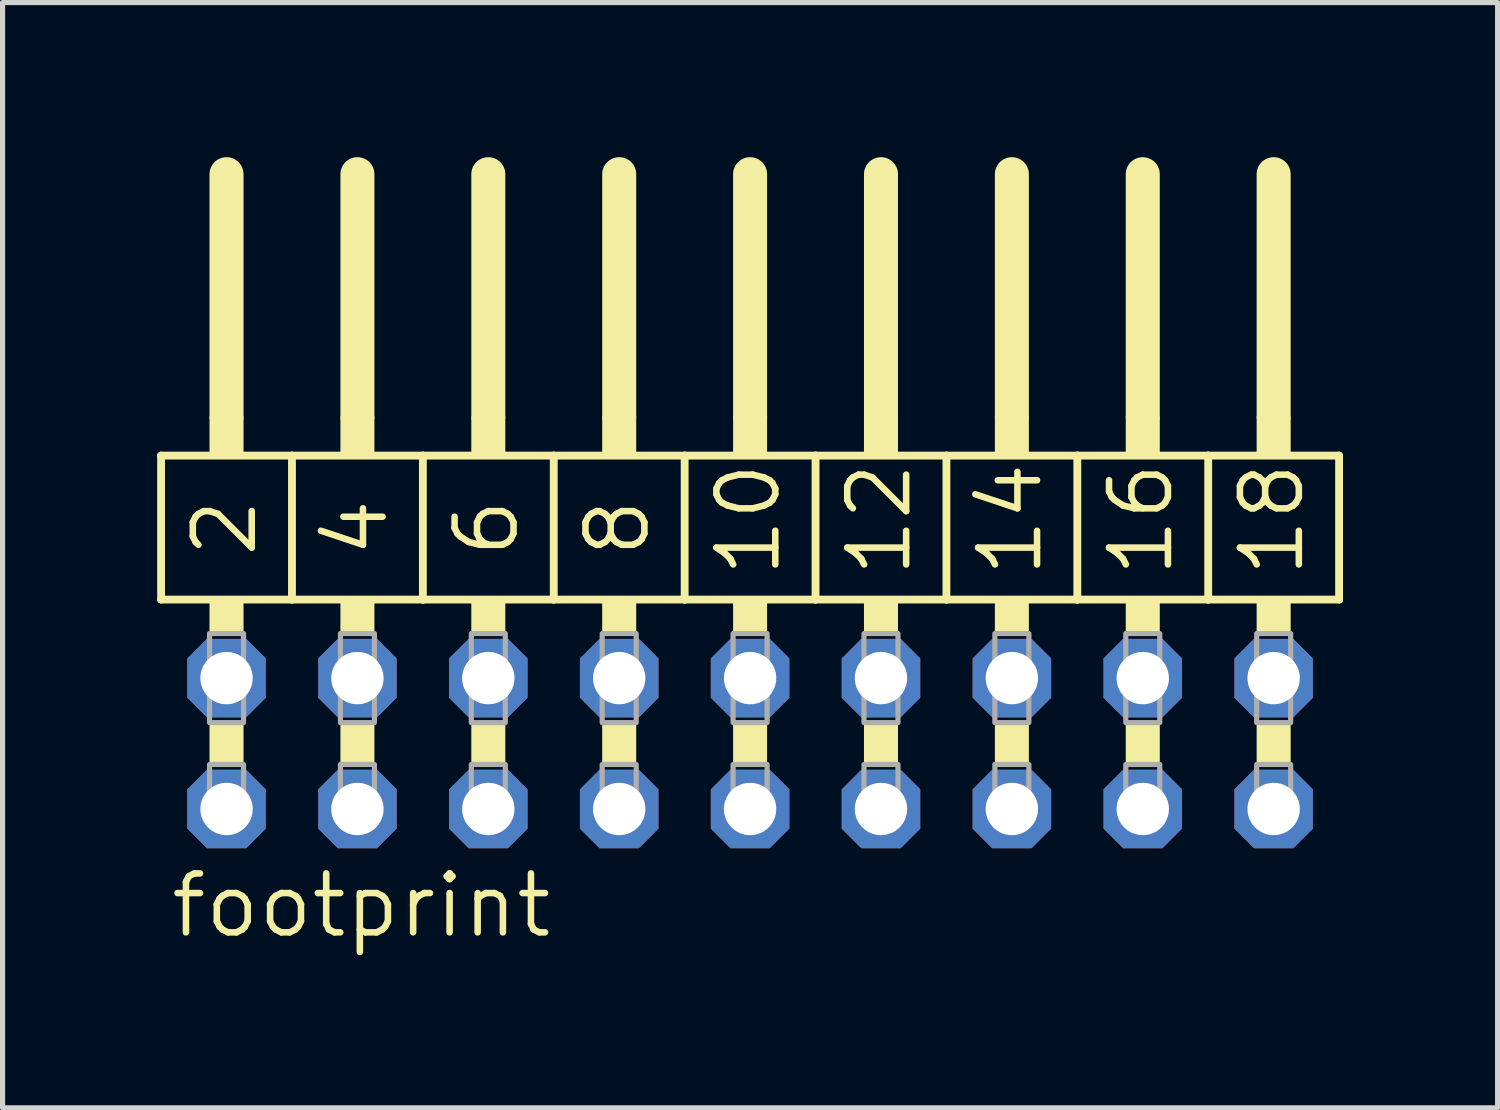
<source format=kicad_pcb>
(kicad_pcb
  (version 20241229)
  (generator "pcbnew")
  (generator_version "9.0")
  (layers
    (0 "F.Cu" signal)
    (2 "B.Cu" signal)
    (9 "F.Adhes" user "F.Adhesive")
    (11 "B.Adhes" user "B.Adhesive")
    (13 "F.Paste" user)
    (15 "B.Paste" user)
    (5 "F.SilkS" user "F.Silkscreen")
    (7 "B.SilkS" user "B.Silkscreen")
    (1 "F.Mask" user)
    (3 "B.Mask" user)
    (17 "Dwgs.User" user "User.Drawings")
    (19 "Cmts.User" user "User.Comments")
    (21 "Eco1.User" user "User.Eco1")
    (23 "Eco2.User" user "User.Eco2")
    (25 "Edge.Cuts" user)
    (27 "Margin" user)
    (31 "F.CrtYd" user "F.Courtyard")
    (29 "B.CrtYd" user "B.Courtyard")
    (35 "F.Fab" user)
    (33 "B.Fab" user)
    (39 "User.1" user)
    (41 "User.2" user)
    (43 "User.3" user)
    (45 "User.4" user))
  (footprint "footprint"
    (layer "F.Cu")
    (at 11.506 11.379)
    (property "Reference" "footprint" (at -11.303 3.81 0) (layer "F.SilkS") (effects (font (size 1.143 1.143) (thickness 0.127)) (justify left bottom)))
    (fp_line (start -11.43 -5.588) (end -8.89 -5.588) (stroke (width 0.152) (type solid)) (layer "F.SilkS"))
    (fp_line (start -11.43 -2.794) (end -11.43 -5.588) (stroke (width 0.152) (type solid)) (layer "F.SilkS"))
    (fp_line (start -10.16 -6.35) (end -10.16 -11.049) (stroke (width 0.66) (type solid)) (layer "F.SilkS"))
    (fp_line (start -8.89 -5.588) (end -6.35 -5.588) (stroke (width 0.152) (type solid)) (layer "F.SilkS"))
    (fp_line (start -8.89 -2.794) (end -11.43 -2.794) (stroke (width 0.152) (type solid)) (layer "F.SilkS"))
    (fp_line (start -8.89 -2.794) (end -8.89 -5.588) (stroke (width 0.152) (type solid)) (layer "F.SilkS"))
    (fp_line (start -8.89 -2.794) (end -6.35 -2.794) (stroke (width 0.152) (type solid)) (layer "F.SilkS"))
    (fp_line (start -7.62 -6.35) (end -7.62 -11.049) (stroke (width 0.66) (type solid)) (layer "F.SilkS"))
    (fp_line (start -6.35 -5.588) (end -3.81 -5.588) (stroke (width 0.152) (type solid)) (layer "F.SilkS"))
    (fp_line (start -6.35 -2.794) (end -6.35 -5.588) (stroke (width 0.152) (type solid)) (layer "F.SilkS"))
    (fp_line (start -5.08 -6.35) (end -5.08 -11.049) (stroke (width 0.66) (type solid)) (layer "F.SilkS"))
    (fp_line (start -3.81 -5.588) (end -1.27 -5.588) (stroke (width 0.152) (type solid)) (layer "F.SilkS"))
    (fp_line (start -3.81 -2.794) (end -6.35 -2.794) (stroke (width 0.152) (type solid)) (layer "F.SilkS"))
    (fp_line (start -3.81 -2.794) (end -3.81 -5.588) (stroke (width 0.152) (type solid)) (layer "F.SilkS"))
    (fp_line (start -2.54 -6.35) (end -2.54 -11.049) (stroke (width 0.66) (type solid)) (layer "F.SilkS"))
    (fp_line (start -1.27 -5.588) (end 1.27 -5.588) (stroke (width 0.152) (type solid)) (layer "F.SilkS"))
    (fp_line (start -1.27 -2.794) (end -3.81 -2.794) (stroke (width 0.152) (type solid)) (layer "F.SilkS"))
    (fp_line (start -1.27 -2.794) (end -1.27 -5.588) (stroke (width 0.152) (type solid)) (layer "F.SilkS"))
    (fp_line (start 0 -6.35) (end 0 -11.049) (stroke (width 0.66) (type solid)) (layer "F.SilkS"))
    (fp_line (start 1.27 -5.588) (end 3.81 -5.588) (stroke (width 0.152) (type solid)) (layer "F.SilkS"))
    (fp_line (start 1.27 -2.794) (end -1.27 -2.794) (stroke (width 0.152) (type solid)) (layer "F.SilkS"))
    (fp_line (start 1.27 -2.794) (end 1.27 -5.588) (stroke (width 0.152) (type solid)) (layer "F.SilkS"))
    (fp_line (start 2.54 -6.35) (end 2.54 -11.049) (stroke (width 0.66) (type solid)) (layer "F.SilkS"))
    (fp_line (start 3.81 -5.588) (end 6.35 -5.588) (stroke (width 0.152) (type solid)) (layer "F.SilkS"))
    (fp_line (start 3.81 -2.794) (end 1.27 -2.794) (stroke (width 0.152) (type solid)) (layer "F.SilkS"))
    (fp_line (start 3.81 -2.794) (end 3.81 -5.588) (stroke (width 0.152) (type solid)) (layer "F.SilkS"))
    (fp_line (start 3.81 -2.794) (end 6.35 -2.794) (stroke (width 0.152) (type solid)) (layer "F.SilkS"))
    (fp_line (start 5.08 -6.35) (end 5.08 -11.049) (stroke (width 0.66) (type solid)) (layer "F.SilkS"))
    (fp_line (start 6.35 -5.588) (end 8.89 -5.588) (stroke (width 0.152) (type solid)) (layer "F.SilkS"))
    (fp_line (start 6.35 -2.794) (end 6.35 -5.588) (stroke (width 0.152) (type solid)) (layer "F.SilkS"))
    (fp_line (start 7.62 -6.35) (end 7.62 -11.049) (stroke (width 0.66) (type solid)) (layer "F.SilkS"))
    (fp_line (start 8.89 -5.588) (end 11.43 -5.588) (stroke (width 0.152) (type solid)) (layer "F.SilkS"))
    (fp_line (start 8.89 -2.794) (end 6.35 -2.794) (stroke (width 0.152) (type solid)) (layer "F.SilkS"))
    (fp_line (start 8.89 -2.794) (end 8.89 -5.588) (stroke (width 0.152) (type solid)) (layer "F.SilkS"))
    (fp_line (start 10.16 -6.35) (end 10.16 -11.049) (stroke (width 0.66) (type solid)) (layer "F.SilkS"))
    (fp_line (start 11.43 -2.794) (end 8.89 -2.794) (stroke (width 0.152) (type solid)) (layer "F.SilkS"))
    (fp_line (start 11.43 -2.794) (end 11.43 -5.588) (stroke (width 0.152) (type solid)) (layer "F.SilkS"))
    (fp_poly (pts (xy -10.49 -5.588) (xy -9.83 -5.588) (xy -9.83 -6.35) (xy -10.49 -6.35)) (stroke (width 0) (type solid)) (fill yes) (layer "F.SilkS"))
    (fp_poly (pts (xy -10.49 -2.134) (xy -9.83 -2.134) (xy -9.83 -2.794) (xy -10.49 -2.794)) (stroke (width 0) (type solid)) (fill yes) (layer "F.SilkS"))
    (fp_poly (pts (xy -10.49 0.406) (xy -9.83 0.406) (xy -9.83 -0.406) (xy -10.49 -0.406)) (stroke (width 0) (type solid)) (fill yes) (layer "F.SilkS"))
    (fp_poly (pts (xy -7.95 -5.588) (xy -7.29 -5.588) (xy -7.29 -6.35) (xy -7.95 -6.35)) (stroke (width 0) (type solid)) (fill yes) (layer "F.SilkS"))
    (fp_poly (pts (xy -7.95 -2.134) (xy -7.29 -2.134) (xy -7.29 -2.794) (xy -7.95 -2.794)) (stroke (width 0) (type solid)) (fill yes) (layer "F.SilkS"))
    (fp_poly (pts (xy -7.95 0.406) (xy -7.29 0.406) (xy -7.29 -0.406) (xy -7.95 -0.406)) (stroke (width 0) (type solid)) (fill yes) (layer "F.SilkS"))
    (fp_poly (pts (xy -5.41 -5.588) (xy -4.75 -5.588) (xy -4.75 -6.35) (xy -5.41 -6.35)) (stroke (width 0) (type solid)) (fill yes) (layer "F.SilkS"))
    (fp_poly (pts (xy -5.41 -2.134) (xy -4.75 -2.134) (xy -4.75 -2.794) (xy -5.41 -2.794)) (stroke (width 0) (type solid)) (fill yes) (layer "F.SilkS"))
    (fp_poly (pts (xy -5.41 0.406) (xy -4.75 0.406) (xy -4.75 -0.406) (xy -5.41 -0.406)) (stroke (width 0) (type solid)) (fill yes) (layer "F.SilkS"))
    (fp_poly (pts (xy -2.87 -5.588) (xy -2.21 -5.588) (xy -2.21 -6.35) (xy -2.87 -6.35)) (stroke (width 0) (type solid)) (fill yes) (layer "F.SilkS"))
    (fp_poly (pts (xy -2.87 -2.134) (xy -2.21 -2.134) (xy -2.21 -2.794) (xy -2.87 -2.794)) (stroke (width 0) (type solid)) (fill yes) (layer "F.SilkS"))
    (fp_poly (pts (xy -2.87 0.406) (xy -2.21 0.406) (xy -2.21 -0.406) (xy -2.87 -0.406)) (stroke (width 0) (type solid)) (fill yes) (layer "F.SilkS"))
    (fp_poly (pts (xy -0.33 -5.588) (xy 0.33 -5.588) (xy 0.33 -6.35) (xy -0.33 -6.35)) (stroke (width 0) (type solid)) (fill yes) (layer "F.SilkS"))
    (fp_poly (pts (xy -0.33 -2.134) (xy 0.33 -2.134) (xy 0.33 -2.794) (xy -0.33 -2.794)) (stroke (width 0) (type solid)) (fill yes) (layer "F.SilkS"))
    (fp_poly (pts (xy -0.33 0.406) (xy 0.33 0.406) (xy 0.33 -0.406) (xy -0.33 -0.406)) (stroke (width 0) (type solid)) (fill yes) (layer "F.SilkS"))
    (fp_poly (pts (xy 2.21 -5.588) (xy 2.87 -5.588) (xy 2.87 -6.35) (xy 2.21 -6.35)) (stroke (width 0) (type solid)) (fill yes) (layer "F.SilkS"))
    (fp_poly (pts (xy 2.21 -2.134) (xy 2.87 -2.134) (xy 2.87 -2.794) (xy 2.21 -2.794)) (stroke (width 0) (type solid)) (fill yes) (layer "F.SilkS"))
    (fp_poly (pts (xy 2.21 0.406) (xy 2.87 0.406) (xy 2.87 -0.406) (xy 2.21 -0.406)) (stroke (width 0) (type solid)) (fill yes) (layer "F.SilkS"))
    (fp_poly (pts (xy 4.75 -5.588) (xy 5.41 -5.588) (xy 5.41 -6.35) (xy 4.75 -6.35)) (stroke (width 0) (type solid)) (fill yes) (layer "F.SilkS"))
    (fp_poly (pts (xy 4.75 -2.134) (xy 5.41 -2.134) (xy 5.41 -2.794) (xy 4.75 -2.794)) (stroke (width 0) (type solid)) (fill yes) (layer "F.SilkS"))
    (fp_poly (pts (xy 4.75 0.406) (xy 5.41 0.406) (xy 5.41 -0.406) (xy 4.75 -0.406)) (stroke (width 0) (type solid)) (fill yes) (layer "F.SilkS"))
    (fp_poly (pts (xy 7.29 -5.588) (xy 7.95 -5.588) (xy 7.95 -6.35) (xy 7.29 -6.35)) (stroke (width 0) (type solid)) (fill yes) (layer "F.SilkS"))
    (fp_poly (pts (xy 7.29 -2.134) (xy 7.95 -2.134) (xy 7.95 -2.794) (xy 7.29 -2.794)) (stroke (width 0) (type solid)) (fill yes) (layer "F.SilkS"))
    (fp_poly (pts (xy 7.29 0.406) (xy 7.95 0.406) (xy 7.95 -0.406) (xy 7.29 -0.406)) (stroke (width 0) (type solid)) (fill yes) (layer "F.SilkS"))
    (fp_poly (pts (xy 9.83 -5.588) (xy 10.49 -5.588) (xy 10.49 -6.35) (xy 9.83 -6.35)) (stroke (width 0) (type solid)) (fill yes) (layer "F.SilkS"))
    (fp_poly (pts (xy 9.83 -2.134) (xy 10.49 -2.134) (xy 10.49 -2.794) (xy 9.83 -2.794)) (stroke (width 0) (type solid)) (fill yes) (layer "F.SilkS"))
    (fp_poly (pts (xy 9.83 0.406) (xy 10.49 0.406) (xy 10.49 -0.406) (xy 9.83 -0.406)) (stroke (width 0) (type solid)) (fill yes) (layer "F.SilkS"))
    (fp_poly (pts (xy -10.49 -0.406) (xy -9.83 -0.406) (xy -9.83 -2.134) (xy -10.49 -2.134)) (stroke (width 0.1) (type solid)) (fill no) (layer "F.Fab"))
    (fp_poly (pts (xy -10.49 1.575) (xy -9.83 1.575) (xy -9.83 0.406) (xy -10.49 0.406)) (stroke (width 0.1) (type solid)) (fill no) (layer "F.Fab"))
    (fp_poly (pts (xy -7.95 -0.406) (xy -7.29 -0.406) (xy -7.29 -2.134) (xy -7.95 -2.134)) (stroke (width 0.1) (type solid)) (fill no) (layer "F.Fab"))
    (fp_poly (pts (xy -7.95 1.575) (xy -7.29 1.575) (xy -7.29 0.406) (xy -7.95 0.406)) (stroke (width 0.1) (type solid)) (fill no) (layer "F.Fab"))
    (fp_poly (pts (xy -5.41 -0.406) (xy -4.75 -0.406) (xy -4.75 -2.134) (xy -5.41 -2.134)) (stroke (width 0.1) (type solid)) (fill no) (layer "F.Fab"))
    (fp_poly (pts (xy -5.41 1.575) (xy -4.75 1.575) (xy -4.75 0.406) (xy -5.41 0.406)) (stroke (width 0.1) (type solid)) (fill no) (layer "F.Fab"))
    (fp_poly (pts (xy -2.87 -0.406) (xy -2.21 -0.406) (xy -2.21 -2.134) (xy -2.87 -2.134)) (stroke (width 0.1) (type solid)) (fill no) (layer "F.Fab"))
    (fp_poly (pts (xy -2.87 1.575) (xy -2.21 1.575) (xy -2.21 0.406) (xy -2.87 0.406)) (stroke (width 0.1) (type solid)) (fill no) (layer "F.Fab"))
    (fp_poly (pts (xy -0.33 -0.406) (xy 0.33 -0.406) (xy 0.33 -2.134) (xy -0.33 -2.134)) (stroke (width 0.1) (type solid)) (fill no) (layer "F.Fab"))
    (fp_poly (pts (xy -0.33 1.575) (xy 0.33 1.575) (xy 0.33 0.406) (xy -0.33 0.406)) (stroke (width 0.1) (type solid)) (fill no) (layer "F.Fab"))
    (fp_poly (pts (xy 2.21 -0.406) (xy 2.87 -0.406) (xy 2.87 -2.134) (xy 2.21 -2.134)) (stroke (width 0.1) (type solid)) (fill no) (layer "F.Fab"))
    (fp_poly (pts (xy 2.21 1.575) (xy 2.87 1.575) (xy 2.87 0.406) (xy 2.21 0.406)) (stroke (width 0.1) (type solid)) (fill no) (layer "F.Fab"))
    (fp_poly (pts (xy 4.75 -0.406) (xy 5.41 -0.406) (xy 5.41 -2.134) (xy 4.75 -2.134)) (stroke (width 0.1) (type solid)) (fill no) (layer "F.Fab"))
    (fp_poly (pts (xy 4.75 1.575) (xy 5.41 1.575) (xy 5.41 0.406) (xy 4.75 0.406)) (stroke (width 0.1) (type solid)) (fill no) (layer "F.Fab"))
    (fp_poly (pts (xy 7.29 -0.406) (xy 7.95 -0.406) (xy 7.95 -2.134) (xy 7.29 -2.134)) (stroke (width 0.1) (type solid)) (fill no) (layer "F.Fab"))
    (fp_poly (pts (xy 7.29 1.575) (xy 7.95 1.575) (xy 7.95 0.406) (xy 7.29 0.406)) (stroke (width 0.1) (type solid)) (fill no) (layer "F.Fab"))
    (fp_poly (pts (xy 9.83 -0.406) (xy 10.49 -0.406) (xy 10.49 -2.134) (xy 9.83 -2.134)) (stroke (width 0.1) (type solid)) (fill no) (layer "F.Fab"))
    (fp_poly (pts (xy 9.83 1.575) (xy 10.49 1.575) (xy 10.49 0.406) (xy 9.83 0.406)) (stroke (width 0.1) (type solid)) (fill no) (layer "F.Fab"))
    (fp_text user "2" (at -9.525 -3.556 90) (layer "F.SilkS") (effects (font (size 1.143 1.143) (thickness 0.127)) (justify left bottom)))
    (fp_text user "14" (at 5.715 -3.175 90) (layer "F.SilkS") (effects (font (size 1.143 1.143) (thickness 0.127)) (justify left bottom)))
    (fp_text user "10" (at 0.635 -3.175 90) (layer "F.SilkS") (effects (font (size 1.143 1.143) (thickness 0.127)) (justify left bottom)))
    (fp_text user "16" (at 8.255 -3.175 90) (layer "F.SilkS") (effects (font (size 1.143 1.143) (thickness 0.127)) (justify left bottom)))
    (fp_text user "18" (at 10.795 -3.175 90) (layer "F.SilkS") (effects (font (size 1.143 1.143) (thickness 0.127)) (justify left bottom)))
    (fp_text user "6" (at -4.445 -3.556 90) (layer "F.SilkS") (effects (font (size 1.143 1.143) (thickness 0.127)) (justify left bottom)))
    (fp_text user "4" (at -6.985 -3.556 90) (layer "F.SilkS") (effects (font (size 1.143 1.143) (thickness 0.127)) (justify left bottom)))
    (fp_text user "12" (at 3.175 -3.175 90) (layer "F.SilkS") (effects (font (size 1.143 1.143) (thickness 0.127)) (justify left bottom)))
    (fp_text user "8" (at -1.905 -3.556 90) (layer "F.SilkS") (effects (font (size 1.143 1.143) (thickness 0.127)) (justify left bottom)))
    (pad "1" thru_hole roundrect (at -10.16 1.27) (size 1.524 1.524) (drill 1.016) (layers "*.Cu" "*.Mask") (roundrect_rratio 0.25) (chamfer_ratio 0.25) (chamfer top_left top_right bottom_left bottom_right))
    (pad "2" thru_hole roundrect (at -10.16 -1.27) (size 1.524 1.524) (drill 1.016) (layers "*.Cu" "*.Mask") (roundrect_rratio 0.25) (chamfer_ratio 0.25) (chamfer top_left top_right bottom_left bottom_right))
    (pad "3" thru_hole roundrect (at -7.62 1.27) (size 1.524 1.524) (drill 1.016) (layers "*.Cu" "*.Mask") (roundrect_rratio 0.25) (chamfer_ratio 0.25) (chamfer top_left top_right bottom_left bottom_right))
    (pad "4" thru_hole roundrect (at -7.62 -1.27) (size 1.524 1.524) (drill 1.016) (layers "*.Cu" "*.Mask") (roundrect_rratio 0.25) (chamfer_ratio 0.25) (chamfer top_left top_right bottom_left bottom_right))
    (pad "5" thru_hole roundrect (at -5.08 1.27) (size 1.524 1.524) (drill 1.016) (layers "*.Cu" "*.Mask") (roundrect_rratio 0.25) (chamfer_ratio 0.25) (chamfer top_left top_right bottom_left bottom_right))
    (pad "6" thru_hole roundrect (at -5.08 -1.27) (size 1.524 1.524) (drill 1.016) (layers "*.Cu" "*.Mask") (roundrect_rratio 0.25) (chamfer_ratio 0.25) (chamfer top_left top_right bottom_left bottom_right))
    (pad "7" thru_hole roundrect (at -2.54 1.27) (size 1.524 1.524) (drill 1.016) (layers "*.Cu" "*.Mask") (roundrect_rratio 0.25) (chamfer_ratio 0.25) (chamfer top_left top_right bottom_left bottom_right))
    (pad "8" thru_hole roundrect (at -2.54 -1.27) (size 1.524 1.524) (drill 1.016) (layers "*.Cu" "*.Mask") (roundrect_rratio 0.25) (chamfer_ratio 0.25) (chamfer top_left top_right bottom_left bottom_right))
    (pad "9" thru_hole roundrect (at 0 1.27) (size 1.524 1.524) (drill 1.016) (layers "*.Cu" "*.Mask") (roundrect_rratio 0.25) (chamfer_ratio 0.25) (chamfer top_left top_right bottom_left bottom_right))
    (pad "10" thru_hole roundrect (at 0 -1.27) (size 1.524 1.524) (drill 1.016) (layers "*.Cu" "*.Mask") (roundrect_rratio 0.25) (chamfer_ratio 0.25) (chamfer top_left top_right bottom_left bottom_right))
    (pad "11" thru_hole roundrect (at 2.54 1.27) (size 1.524 1.524) (drill 1.016) (layers "*.Cu" "*.Mask") (roundrect_rratio 0.25) (chamfer_ratio 0.25) (chamfer top_left top_right bottom_left bottom_right))
    (pad "12" thru_hole roundrect (at 2.54 -1.27) (size 1.524 1.524) (drill 1.016) (layers "*.Cu" "*.Mask") (roundrect_rratio 0.25) (chamfer_ratio 0.25) (chamfer top_left top_right bottom_left bottom_right))
    (pad "13" thru_hole roundrect (at 5.08 1.27) (size 1.524 1.524) (drill 1.016) (layers "*.Cu" "*.Mask") (roundrect_rratio 0.25) (chamfer_ratio 0.25) (chamfer top_left top_right bottom_left bottom_right))
    (pad "14" thru_hole roundrect (at 5.08 -1.27) (size 1.524 1.524) (drill 1.016) (layers "*.Cu" "*.Mask") (roundrect_rratio 0.25) (chamfer_ratio 0.25) (chamfer top_left top_right bottom_left bottom_right))
    (pad "15" thru_hole roundrect (at 7.62 1.27) (size 1.524 1.524) (drill 1.016) (layers "*.Cu" "*.Mask") (roundrect_rratio 0.25) (chamfer_ratio 0.25) (chamfer top_left top_right bottom_left bottom_right))
    (pad "16" thru_hole roundrect (at 7.62 -1.27) (size 1.524 1.524) (drill 1.016) (layers "*.Cu" "*.Mask") (roundrect_rratio 0.25) (chamfer_ratio 0.25) (chamfer top_left top_right bottom_left bottom_right))
    (pad "17" thru_hole roundrect (at 10.16 1.27) (size 1.524 1.524) (drill 1.016) (layers "*.Cu" "*.Mask") (roundrect_rratio 0.25) (chamfer_ratio 0.25) (chamfer top_left top_right bottom_left bottom_right))
    (pad "18" thru_hole roundrect (at 10.16 -1.27) (size 1.524 1.524) (drill 1.016) (layers "*.Cu" "*.Mask") (roundrect_rratio 0.25) (chamfer_ratio 0.25) (chamfer top_left top_right bottom_left bottom_right)))
  (gr_rect
    (start -3 -3)
    (end 26.012 18.448)
    (stroke (width 0.1) (type default))
    (fill no)
    (layer "Edge.Cuts")))
</source>
